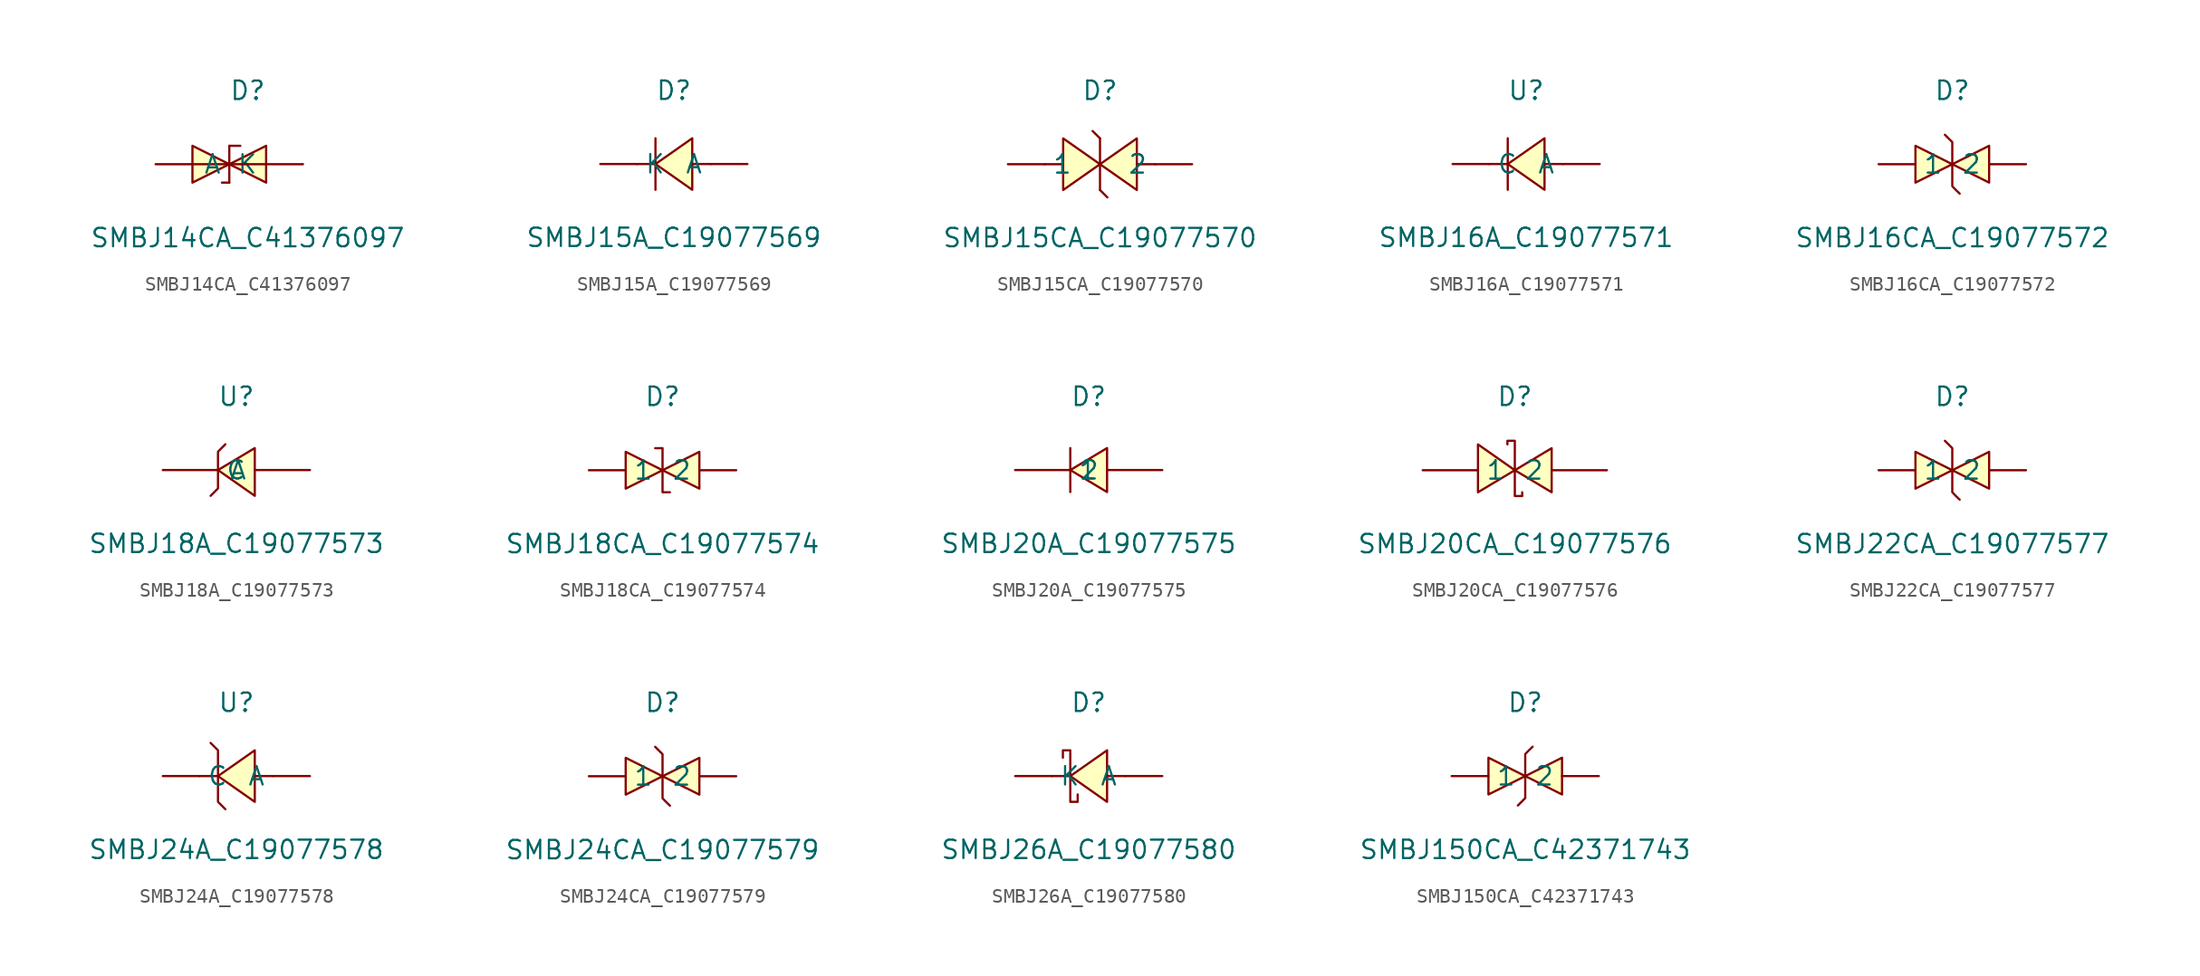
<source format=kicad_sym>
(kicad_symbol_lib
  (version 20241209)
  (generator "kicad_symbol_editor")
  (generator_version "9.0")
  (symbol "SMBJ14CA_C41376097"
    (pin_numbers
      (hide yes))
    (property "Reference" "D"
      (at 0 5.08 0)
      (effects (font (size 1.27 1.27))))
    (property "Value" "SMBJ14CA_C41376097"
      (at 0 -5.08 0)
      (effects (font (size 1.27 1.27))))
    (symbol "SMBJ14CA_C41376097_0_1"
      (polyline (pts (xy -3.81 1.27) (xy -1.27 0) (xy -3.81 -1.27) (xy -3.81 1.27)) (stroke (width 0) (type default)) (fill (type background)))
      (polyline (pts (xy -1.78 -1.27) (xy -1.27 -1.27)) (stroke (width 0) (type default)) (fill (type none)))
      (polyline (pts (xy -1.27 1.27) (xy -0.51 1.27)) (stroke (width 0) (type default)) (fill (type none)))
      (polyline (pts (xy -1.27 0) (xy -1.27 1.27)) (stroke (width 0) (type default)) (fill (type none)))
      (polyline (pts (xy -1.27 -1.27) (xy -1.27 0)) (stroke (width 0) (type default)) (fill (type none)))
      (polyline (pts (xy 1.27 1.27) (xy -1.27 0) (xy 1.27 -1.27) (xy 1.27 1.27)) (stroke (width 0) (type default)) (fill (type background)))
      (pin unspecified line (at -6.35 0 0) (length 5.08) (name "K" (effects (font (size 1.27 1.27)))) (number "1" (effects (font (size 1.27 1.27)))))
      (pin unspecified line (at 3.81 0 180) (length 5.08) (name "A" (effects (font (size 1.27 1.27)))) (number "2" (effects (font (size 1.27 1.27)))))))
  (symbol "SMBJ15A_C19077569"
    (pin_numbers
      (hide yes))
    (property "Reference" "D"
      (at 0 5.08 0)
      (effects (font (size 1.27 1.27))))
    (property "Value" "SMBJ15A_C19077569"
      (at 0 -5.08 0)
      (effects (font (size 1.27 1.27))))
    (symbol "SMBJ15A_C19077569_0_1"
      (polyline (pts (xy -1.27 1.78) (xy -1.27 -1.78)) (stroke (width 0) (type default)) (fill (type none)))
      (polyline (pts (xy -1.27 0) (xy -2.54 0)) (stroke (width 0) (type default)) (fill (type none)))
      (polyline (pts (xy 1.27 1.78) (xy -1.27 0) (xy 1.27 -1.78) (xy 1.27 1.78)) (stroke (width 0) (type default)) (fill (type background)))
      (polyline (pts (xy 2.54 0) (xy 1.27 0)) (stroke (width 0) (type default)) (fill (type none)))
      (pin unspecified line (at -5.08 0 0) (length 2.54) (name "K" (effects (font (size 1.27 1.27)))) (number "1" (effects (font (size 1.27 1.27)))))
      (pin unspecified line (at 5.08 0 180) (length 2.54) (name "A" (effects (font (size 1.27 1.27)))) (number "2" (effects (font (size 1.27 1.27)))))))
  (symbol "SMBJ15CA_C19077570"
    (pin_numbers
      (hide yes))
    (property "Reference" "D"
      (at 0 5.08 0)
      (effects (font (size 1.27 1.27))))
    (property "Value" "SMBJ15CA_C19077570"
      (at 0 -5.08 0)
      (effects (font (size 1.27 1.27))))
    (symbol "SMBJ15CA_C19077570_0_1"
      (polyline (pts (xy -2.54 0) (xy -3.81 0)) (stroke (width 0) (type default)) (fill (type none)))
      (polyline (pts (xy -2.54 -1.78) (xy 0 0) (xy -2.54 1.78) (xy -2.54 -1.78)) (stroke (width 0) (type default)) (fill (type background)))
      (polyline (pts (xy 0 1.78) (xy -0.51 2.29)) (stroke (width 0) (type default)) (fill (type none)))
      (polyline (pts (xy 0 1.78) (xy 0 -1.78)) (stroke (width 0) (type default)) (fill (type none)))
      (polyline (pts (xy 0 -1.78) (xy 0.51 -2.29)) (stroke (width 0) (type default)) (fill (type none)))
      (polyline (pts (xy 2.54 1.78) (xy 0 0) (xy 2.54 -1.78) (xy 2.54 1.78)) (stroke (width 0) (type default)) (fill (type background)))
      (polyline (pts (xy 3.81 0) (xy 2.54 0)) (stroke (width 0) (type default)) (fill (type none)))
      (pin unspecified line (at -6.35 0 0) (length 2.54) (name "1" (effects (font (size 1.27 1.27)))) (number "1" (effects (font (size 1.27 1.27)))))
      (pin unspecified line (at 6.35 0 180) (length 2.54) (name "2" (effects (font (size 1.27 1.27)))) (number "2" (effects (font (size 1.27 1.27)))))))
  (symbol "SMBJ16A_C19077571"
    (pin_numbers
      (hide yes))
    (property "Reference" "U"
      (at 0 5.08 0)
      (effects (font (size 1.27 1.27))))
    (property "Value" "SMBJ16A_C19077571"
      (at 0 -5.08 0)
      (effects (font (size 1.27 1.27))))
    (symbol "SMBJ16A_C19077571_0_1"
      (polyline (pts (xy -1.27 1.78) (xy -1.27 1.78) (xy -1.27 1.78) (xy -1.27 -1.78) (xy -1.27 -1.78) (xy -1.27 -1.78)) (stroke (width 0) (type default)) (fill (type none)))
      (polyline (pts (xy -1.27 0) (xy -2.54 0)) (stroke (width 0) (type default)) (fill (type none)))
      (polyline (pts (xy 1.27 1.78) (xy -1.27 0) (xy 1.27 -1.78) (xy 1.27 1.78)) (stroke (width 0) (type default)) (fill (type background)))
      (polyline (pts (xy 2.54 0) (xy 1.27 0)) (stroke (width 0) (type default)) (fill (type none)))
      (pin unspecified line (at -5.08 0 0) (length 2.54) (name "C" (effects (font (size 1.27 1.27)))) (number "1" (effects (font (size 1.27 1.27)))))
      (pin unspecified line (at 5.08 0 180) (length 2.54) (name "A" (effects (font (size 1.27 1.27)))) (number "2" (effects (font (size 1.27 1.27)))))))
  (symbol "SMBJ16CA_C19077572"
    (pin_numbers
      (hide yes))
    (property "Reference" "D"
      (at 0 5.08 0)
      (effects (font (size 1.27 1.27))))
    (property "Value" "SMBJ16CA_C19077572"
      (at 0 -5.08 0)
      (effects (font (size 1.27 1.27))))
    (symbol "SMBJ16CA_C19077572_0_1"
      (polyline (pts (xy -2.54 1.27) (xy 0 0) (xy -2.54 -1.27) (xy -2.54 1.27)) (stroke (width 0) (type default)) (fill (type background)))
      (polyline (pts (xy -0.51 2.03) (xy -0.51 2.03) (xy 0 1.52) (xy 0 -1.52) (xy 0.25 -1.78) (xy 0.51 -2.03)) (stroke (width 0) (type default)) (fill (type none)))
      (polyline (pts (xy 2.54 1.27) (xy 0 0) (xy 2.54 -1.27) (xy 2.54 1.27)) (stroke (width 0) (type default)) (fill (type background)))
      (pin unspecified line (at -5.08 0 0) (length 2.54) (name "1" (effects (font (size 1.27 1.27)))) (number "1" (effects (font (size 1.27 1.27)))))
      (pin unspecified line (at 5.08 0 180) (length 2.54) (name "2" (effects (font (size 1.27 1.27)))) (number "2" (effects (font (size 1.27 1.27)))))))
  (symbol "SMBJ18A_C19077573"
    (pin_numbers
      (hide yes))
    (property "Reference" "U"
      (at 0 5.08 0)
      (effects (font (size 1.27 1.27))))
    (property "Value" "SMBJ18A_C19077573"
      (at 0 -5.08 0)
      (effects (font (size 1.27 1.27))))
    (symbol "SMBJ18A_C19077573_0_1"
      (polyline (pts (xy -0.76 1.78) (xy -1.27 1.27) (xy -1.27 -1.27) (xy -1.78 -1.78)) (stroke (width 0) (type default)) (fill (type none)))
      (polyline (pts (xy 1.27 1.52) (xy -1.27 0) (xy 1.27 -1.78) (xy 1.27 1.52)) (stroke (width 0) (type default)) (fill (type background)))
      (pin unspecified line (at -5.08 0 0) (length 3.81) (name "C" (effects (font (size 1.27 1.27)))) (number "1" (effects (font (size 1.27 1.27)))))
      (pin unspecified line (at 5.08 0 180) (length 3.81) (name "A" (effects (font (size 1.27 1.27)))) (number "2" (effects (font (size 1.27 1.27)))))))
  (symbol "SMBJ18CA_C19077574"
    (pin_numbers
      (hide yes))
    (property "Reference" "D"
      (at 0 5.08 0)
      (effects (font (size 1.27 1.27))))
    (property "Value" "SMBJ18CA_C19077574"
      (at 0 -5.08 0)
      (effects (font (size 1.27 1.27))))
    (symbol "SMBJ18CA_C19077574_0_1"
      (polyline (pts (xy -2.54 1.27) (xy 0 0) (xy -2.54 -1.27) (xy -2.54 1.27)) (stroke (width 0) (type default)) (fill (type background)))
      (polyline (pts (xy -0.51 1.52) (xy -0.51 1.52) (xy 0 1.52) (xy 0 -1.52) (xy 0.51 -1.52) (xy 0.51 -1.52)) (stroke (width 0) (type default)) (fill (type none)))
      (polyline (pts (xy 2.54 1.27) (xy 0 0) (xy 2.54 -1.27) (xy 2.54 1.27)) (stroke (width 0) (type default)) (fill (type background)))
      (pin unspecified line (at -5.08 0 0) (length 2.54) (name "1" (effects (font (size 1.27 1.27)))) (number "1" (effects (font (size 1.27 1.27)))))
      (pin unspecified line (at 5.08 0 180) (length 2.54) (name "2" (effects (font (size 1.27 1.27)))) (number "2" (effects (font (size 1.27 1.27)))))))
  (symbol "SMBJ20A_C19077575"
    (pin_numbers
      (hide yes))
    (property "Reference" "D"
      (at 0 5.08 0)
      (effects (font (size 1.27 1.27))))
    (property "Value" "SMBJ20A_C19077575"
      (at 0 -5.08 0)
      (effects (font (size 1.27 1.27))))
    (symbol "SMBJ20A_C19077575_0_1"
      (polyline (pts (xy -1.27 -1.52) (xy -1.27 1.52)) (stroke (width 0) (type default)) (fill (type none)))
      (polyline (pts (xy 1.27 1.52) (xy -1.27 0) (xy 1.27 -1.52) (xy 1.27 1.52)) (stroke (width 0) (type default)) (fill (type background)))
      (pin unspecified line (at -5.08 0 0) (length 3.81) (name "1" (effects (font (size 1.27 1.27)))) (number "1" (effects (font (size 1.27 1.27)))))
      (pin unspecified line (at 5.08 0 180) (length 3.81) (name "2" (effects (font (size 1.27 1.27)))) (number "2" (effects (font (size 1.27 1.27)))))))
  (symbol "SMBJ20CA_C19077576"
    (pin_numbers
      (hide yes))
    (property "Reference" "D"
      (at 0 5.08 0)
      (effects (font (size 1.27 1.27))))
    (property "Value" "SMBJ20CA_C19077576"
      (at 0 -5.08 0)
      (effects (font (size 1.27 1.27))))
    (symbol "SMBJ20CA_C19077576_0_1"
      (polyline (pts (xy -2.54 -1.52) (xy 0 0) (xy -2.54 1.78) (xy -2.54 -1.52)) (stroke (width 0) (type default)) (fill (type background)))
      (polyline (pts (xy 0.51 -1.52) (xy 0.51 -1.78) (xy 0 -1.78) (xy 0 2.03) (xy -0.51 2.03) (xy -0.51 1.78)) (stroke (width 0) (type default)) (fill (type none)))
      (polyline (pts (xy 2.54 1.52) (xy 0 0) (xy 2.54 -1.52) (xy 2.54 1.52)) (stroke (width 0) (type default)) (fill (type background)))
      (pin unspecified line (at -6.35 0 0) (length 3.81) (name "1" (effects (font (size 1.27 1.27)))) (number "1" (effects (font (size 1.27 1.27)))))
      (pin unspecified line (at 6.35 0 180) (length 3.81) (name "2" (effects (font (size 1.27 1.27)))) (number "2" (effects (font (size 1.27 1.27)))))))
  (symbol "SMBJ22CA_C19077577"
    (pin_numbers
      (hide yes))
    (property "Reference" "D"
      (at 0 5.08 0)
      (effects (font (size 1.27 1.27))))
    (property "Value" "SMBJ22CA_C19077577"
      (at 0 -5.08 0)
      (effects (font (size 1.27 1.27))))
    (symbol "SMBJ22CA_C19077577_0_1"
      (polyline (pts (xy -2.54 1.27) (xy 0 0) (xy -2.54 -1.27) (xy -2.54 1.27)) (stroke (width 0) (type default)) (fill (type background)))
      (polyline (pts (xy -0.51 2.03) (xy -0.51 2.03) (xy 0 1.52) (xy 0 -1.52) (xy 0.25 -1.78) (xy 0.51 -2.03)) (stroke (width 0) (type default)) (fill (type none)))
      (polyline (pts (xy 2.54 1.27) (xy 0 0) (xy 2.54 -1.27) (xy 2.54 1.27)) (stroke (width 0) (type default)) (fill (type background)))
      (pin unspecified line (at -5.08 0 0) (length 2.54) (name "1" (effects (font (size 1.27 1.27)))) (number "1" (effects (font (size 1.27 1.27)))))
      (pin unspecified line (at 5.08 0 180) (length 2.54) (name "2" (effects (font (size 1.27 1.27)))) (number "2" (effects (font (size 1.27 1.27)))))))
  (symbol "SMBJ24A_C19077578"
    (pin_numbers
      (hide yes))
    (property "Reference" "U"
      (at 0 5.08 0)
      (effects (font (size 1.27 1.27))))
    (property "Value" "SMBJ24A_C19077578"
      (at 0 -5.08 0)
      (effects (font (size 1.27 1.27))))
    (symbol "SMBJ24A_C19077578_0_1"
      (polyline (pts (xy -1.78 2.29) (xy -1.78 2.29) (xy -1.27 1.78) (xy -1.27 -1.78) (xy -0.76 -2.29) (xy -0.76 -2.29)) (stroke (width 0) (type default)) (fill (type none)))
      (polyline (pts (xy -1.27 0) (xy -2.54 0)) (stroke (width 0) (type default)) (fill (type none)))
      (polyline (pts (xy 1.27 1.78) (xy -1.27 0) (xy 1.27 -1.78) (xy 1.27 1.78)) (stroke (width 0) (type default)) (fill (type background)))
      (polyline (pts (xy 2.54 0) (xy 1.27 0)) (stroke (width 0) (type default)) (fill (type none)))
      (pin unspecified line (at -5.08 0 0) (length 2.54) (name "C" (effects (font (size 1.27 1.27)))) (number "1" (effects (font (size 1.27 1.27)))))
      (pin unspecified line (at 5.08 0 180) (length 2.54) (name "A" (effects (font (size 1.27 1.27)))) (number "2" (effects (font (size 1.27 1.27)))))))
  (symbol "SMBJ24CA_C19077579"
    (pin_numbers
      (hide yes))
    (property "Reference" "D"
      (at 0 5.08 0)
      (effects (font (size 1.27 1.27))))
    (property "Value" "SMBJ24CA_C19077579"
      (at 0 -5.08 0)
      (effects (font (size 1.27 1.27))))
    (symbol "SMBJ24CA_C19077579_0_1"
      (polyline (pts (xy -2.54 1.27) (xy 0 0) (xy -2.54 -1.27) (xy -2.54 1.27)) (stroke (width 0) (type default)) (fill (type background)))
      (polyline (pts (xy -0.51 2.03) (xy -0.51 2.03) (xy 0 1.52) (xy 0 -1.52) (xy 0.25 -1.78) (xy 0.51 -2.03)) (stroke (width 0) (type default)) (fill (type none)))
      (polyline (pts (xy 2.54 1.27) (xy 0 0) (xy 2.54 -1.27) (xy 2.54 1.27)) (stroke (width 0) (type default)) (fill (type background)))
      (pin unspecified line (at -5.08 0 0) (length 2.54) (name "1" (effects (font (size 1.27 1.27)))) (number "1" (effects (font (size 1.27 1.27)))))
      (pin unspecified line (at 5.08 0 180) (length 2.54) (name "2" (effects (font (size 1.27 1.27)))) (number "2" (effects (font (size 1.27 1.27)))))))
  (symbol "SMBJ26A_C19077580"
    (pin_numbers
      (hide yes))
    (property "Reference" "D"
      (at 0 5.08 0)
      (effects (font (size 1.27 1.27))))
    (property "Value" "SMBJ26A_C19077580"
      (at 0 -5.08 0)
      (effects (font (size 1.27 1.27))))
    (symbol "SMBJ26A_C19077580_0_1"
      (polyline (pts (xy -1.78 1.27) (xy -1.78 1.78) (xy -1.27 1.78) (xy -1.27 -1.78) (xy -0.76 -1.78) (xy -0.76 -1.27)) (stroke (width 0) (type default)) (fill (type none)))
      (polyline (pts (xy -1.27 0) (xy -2.54 0)) (stroke (width 0) (type default)) (fill (type none)))
      (polyline (pts (xy 1.27 1.78) (xy -1.27 0) (xy 1.27 -1.78) (xy 1.27 1.78)) (stroke (width 0) (type default)) (fill (type background)))
      (polyline (pts (xy 2.54 0) (xy 1.27 0)) (stroke (width 0) (type default)) (fill (type none)))
      (pin unspecified line (at -5.08 0 0) (length 2.54) (name "K" (effects (font (size 1.27 1.27)))) (number "1" (effects (font (size 1.27 1.27)))))
      (pin unspecified line (at 5.08 0 180) (length 2.54) (name "A" (effects (font (size 1.27 1.27)))) (number "2" (effects (font (size 1.27 1.27)))))))
  (symbol "SMBJ150CA_C42371743"
    (pin_numbers
      (hide yes))
    (property "Reference" "D"
      (at 0 5.08 0)
      (effects (font (size 1.27 1.27))))
    (property "Value" "SMBJ150CA_C42371743"
      (at 0 -5.08 0)
      (effects (font (size 1.27 1.27))))
    (symbol "SMBJ150CA_C42371743_0_1"
      (polyline (pts (xy -2.54 1.27) (xy 0 0) (xy -2.54 -1.27) (xy -2.54 1.27)) (stroke (width 0) (type default)) (fill (type background)))
      (polyline (pts (xy 0.51 2.03) (xy 0.25 1.78) (xy 0 1.52) (xy 0 -1.52) (xy -0.51 -2.03) (xy -0.51 -2.03)) (stroke (width 0) (type default)) (fill (type none)))
      (polyline (pts (xy 2.54 1.27) (xy 0 0) (xy 2.54 -1.27) (xy 2.54 1.27)) (stroke (width 0) (type default)) (fill (type background)))
      (pin unspecified line (at -5.08 0 0) (length 2.54) (name "1" (effects (font (size 1.27 1.27)))) (number "1" (effects (font (size 1.27 1.27)))))
      (pin unspecified line (at 5.08 0 180) (length 2.54) (name "2" (effects (font (size 1.27 1.27)))) (number "2" (effects (font (size 1.27 1.27))))))))
</source>
